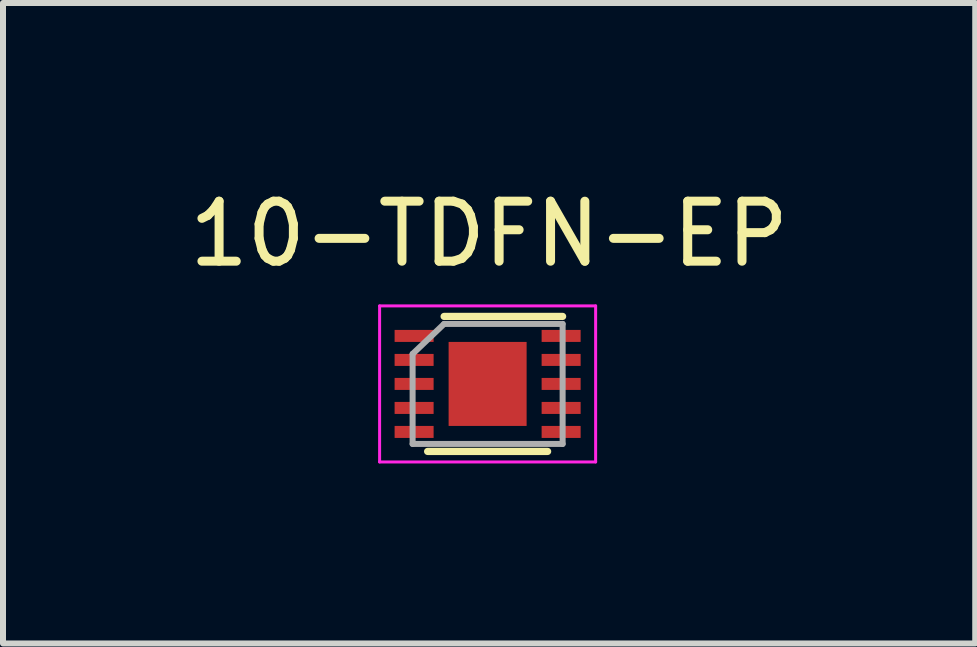
<source format=kicad_pcb>
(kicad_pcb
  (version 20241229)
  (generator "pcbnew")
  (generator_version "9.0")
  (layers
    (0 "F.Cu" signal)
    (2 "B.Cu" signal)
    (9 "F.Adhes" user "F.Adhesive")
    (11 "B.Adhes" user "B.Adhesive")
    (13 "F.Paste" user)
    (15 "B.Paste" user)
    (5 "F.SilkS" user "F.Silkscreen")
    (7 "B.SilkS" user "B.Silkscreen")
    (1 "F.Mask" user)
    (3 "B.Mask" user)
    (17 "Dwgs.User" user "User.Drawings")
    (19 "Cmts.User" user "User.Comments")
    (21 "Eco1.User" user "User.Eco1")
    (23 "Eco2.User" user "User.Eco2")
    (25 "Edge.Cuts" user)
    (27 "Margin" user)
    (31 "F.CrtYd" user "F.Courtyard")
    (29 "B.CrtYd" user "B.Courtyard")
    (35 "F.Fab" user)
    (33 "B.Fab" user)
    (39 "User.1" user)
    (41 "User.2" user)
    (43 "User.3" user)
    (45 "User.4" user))
  (footprint "10-TDFN-EP"
    (layer "F.Cu")
    (at 5.076 3.348)
    (property "Reference" "10-TDFN-EP" (at 0.025 -2.5 0) (layer "F.SilkS") (effects (font (size 1 1) (thickness 0.15))))
    (attr through_hole)
    (fp_line (start -1 1.125) (end 1 1.125) (stroke (width 0.12) (type solid)) (layer "F.SilkS"))
    (fp_line (start -0.725 -1.125) (end 1.25 -1.125) (stroke (width 0.12) (type solid)) (layer "F.SilkS"))
    (fp_line (start -1.8 -1.3) (end 1.8 -1.3) (stroke (width 0.05) (type solid)) (layer "F.CrtYd"))
    (fp_line (start -1.8 1.3) (end -1.8 -1.3) (stroke (width 0.05) (type solid)) (layer "F.CrtYd"))
    (fp_line (start 1.8 -1.3) (end 1.8 1.3) (stroke (width 0.05) (type solid)) (layer "F.CrtYd"))
    (fp_line (start 1.8 1.3) (end -1.8 1.3) (stroke (width 0.05) (type solid)) (layer "F.CrtYd"))
    (fp_line (start -1.25 -0.5) (end -0.725 -1) (stroke (width 0.1) (type solid)) (layer "F.Fab"))
    (fp_line (start -1.25 1) (end -1.25 -0.5) (stroke (width 0.1) (type solid)) (layer "F.Fab"))
    (fp_line (start -1.25 1) (end 1.25 1) (stroke (width 0.1) (type solid)) (layer "F.Fab"))
    (fp_line (start -0.725 -1) (end 1.25 -1) (stroke (width 0.1) (type solid)) (layer "F.Fab"))
    (fp_line (start 1.25 -1) (end 1.25 1) (stroke (width 0.1) (type solid)) (layer "F.Fab"))
    (pad "1" smd rect (at -1.225 -0.8) (size 0.65 0.2) (layers "F.Cu" "F.Mask" "F.Paste"))
    (pad "2" smd rect (at -1.225 -0.4) (size 0.65 0.2) (layers "F.Cu" "F.Mask" "F.Paste"))
    (pad "3" smd rect (at -1.225 0) (size 0.65 0.2) (layers "F.Cu" "F.Mask" "F.Paste"))
    (pad "4" smd rect (at -1.225 0.4) (size 0.65 0.2) (layers "F.Cu" "F.Mask" "F.Paste"))
    (pad "5" smd rect (at -1.225 0.8) (size 0.65 0.2) (layers "F.Cu" "F.Mask" "F.Paste"))
    (pad "6" smd rect (at 1.225 0.8) (size 0.65 0.2) (layers "F.Cu" "F.Mask" "F.Paste"))
    (pad "7" smd rect (at 1.225 0.4) (size 0.65 0.2) (layers "F.Cu" "F.Mask" "F.Paste"))
    (pad "8" smd rect (at 1.225 0) (size 0.65 0.2) (layers "F.Cu" "F.Mask" "F.Paste"))
    (pad "9" smd rect (at 1.225 -0.4) (size 0.65 0.2) (layers "F.Cu" "F.Mask" "F.Paste"))
    (pad "10" smd rect (at 1.225 -0.8) (size 0.65 0.2) (layers "F.Cu" "F.Mask" "F.Paste"))
    (pad "11" smd rect (at 0 0) (size 1.3 1.4) (layers "F.Cu" "F.Mask")))
  (gr_rect
    (start -3 -3)
    (end 13.202 7.673)
    (stroke (width 0.1) (type default))
    (fill no)
    (layer "Edge.Cuts")))
</source>
